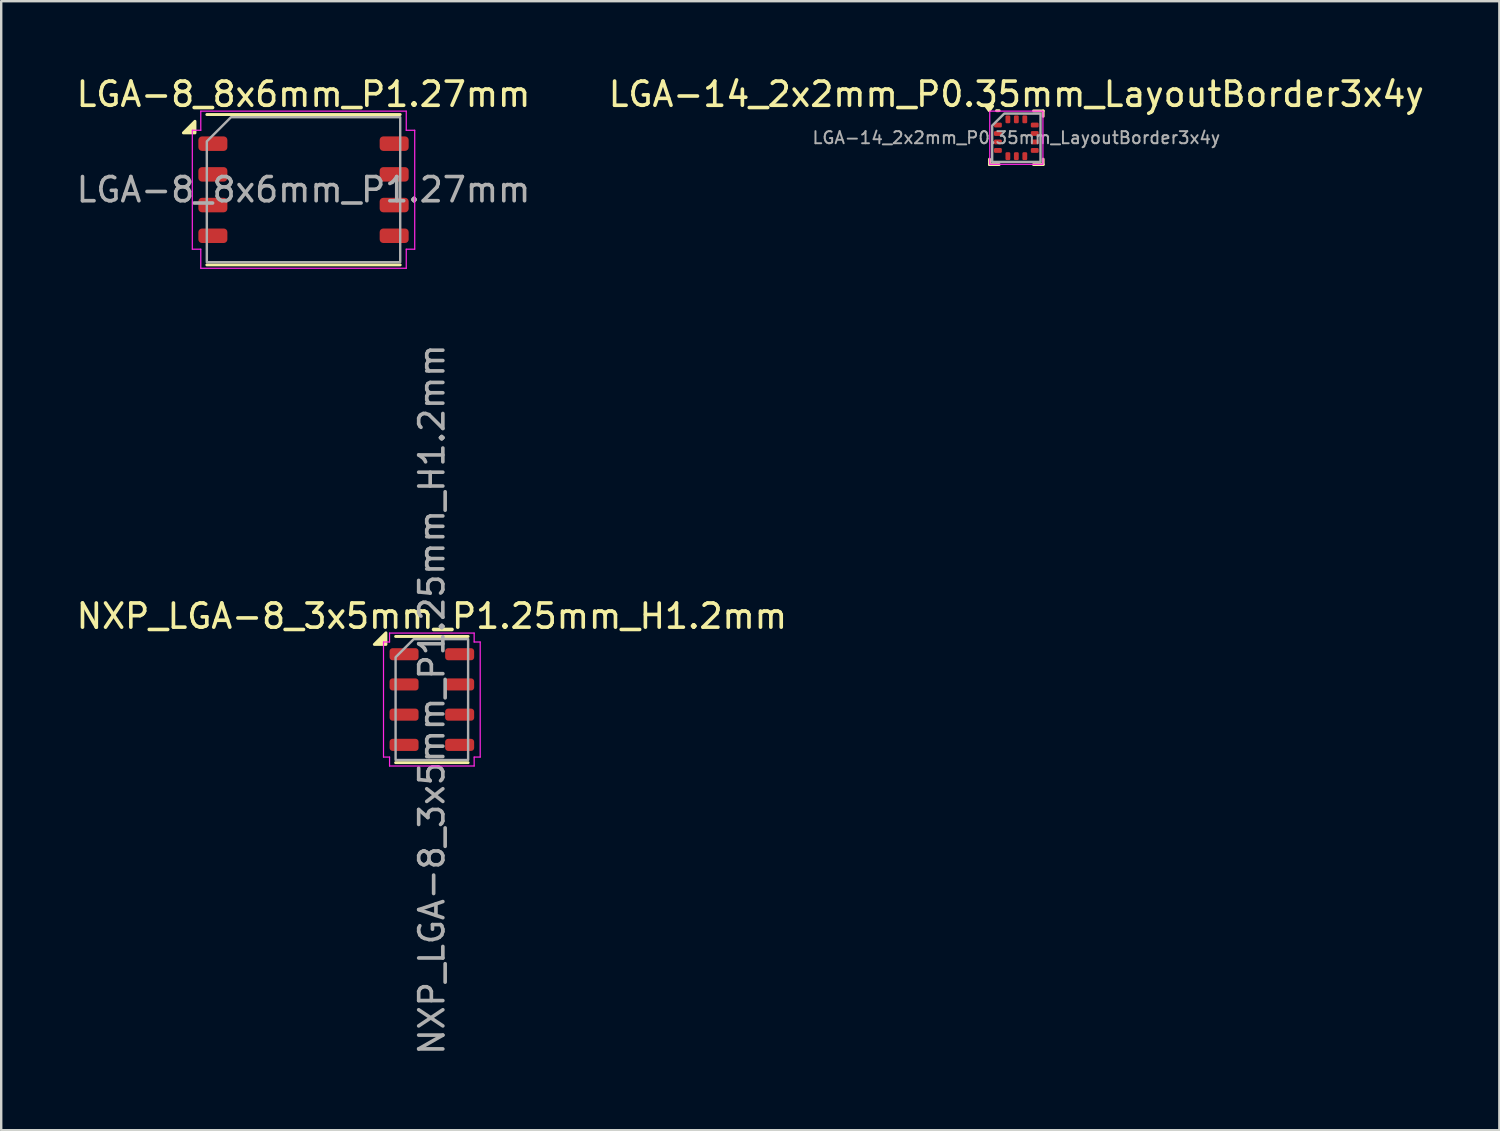
<source format=kicad_pcb>
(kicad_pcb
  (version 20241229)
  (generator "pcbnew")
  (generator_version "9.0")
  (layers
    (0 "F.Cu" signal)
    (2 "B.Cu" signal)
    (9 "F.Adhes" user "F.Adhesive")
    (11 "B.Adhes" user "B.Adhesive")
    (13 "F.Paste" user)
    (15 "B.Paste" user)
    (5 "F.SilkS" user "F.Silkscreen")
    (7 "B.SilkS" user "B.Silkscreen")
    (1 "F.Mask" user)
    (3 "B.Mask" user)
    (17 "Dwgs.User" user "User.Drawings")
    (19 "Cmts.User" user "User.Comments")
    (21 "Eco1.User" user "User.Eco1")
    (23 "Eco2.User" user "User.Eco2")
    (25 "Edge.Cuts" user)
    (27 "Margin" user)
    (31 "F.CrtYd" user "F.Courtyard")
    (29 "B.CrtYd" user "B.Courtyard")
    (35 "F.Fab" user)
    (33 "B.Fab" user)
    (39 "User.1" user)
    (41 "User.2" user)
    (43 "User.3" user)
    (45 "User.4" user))
  (footprint "NXP_LGA-8_3x5mm_P1.25mm_H1.2mm"
    (layer "F.Cu")
    (at 14.815 25.889)
    (property "Reference" "NXP_LGA-8_3x5mm_P1.25mm_H1.2mm" (at 0 -3.45 0) (layer "F.SilkS") (effects (font (size 1 1) (thickness 0.15))))
    (attr smd)
    (fp_line (start -1.5 -2.61) (end 1.5 -2.61) (stroke (width 0.12) (type solid)) (layer "F.SilkS"))
    (fp_line (start -1.5 2.61) (end 1.5 2.61) (stroke (width 0.12) (type solid)) (layer "F.SilkS"))
    (fp_poly (pts (xy -1.9 -2.28) (xy -2.38 -2.28) (xy -1.9 -2.76)) (stroke (width 0.12) (type solid)) (fill yes) (layer "F.SilkS"))
    (fp_line (start -2 -2.38) (end -1.75 -2.38) (stroke (width 0.05) (type solid)) (layer "F.CrtYd"))
    (fp_line (start -2 2.38) (end -2 -2.38) (stroke (width 0.05) (type solid)) (layer "F.CrtYd"))
    (fp_line (start -1.75 -2.75) (end 1.75 -2.75) (stroke (width 0.05) (type solid)) (layer "F.CrtYd"))
    (fp_line (start -1.75 -2.38) (end -1.75 -2.75) (stroke (width 0.05) (type solid)) (layer "F.CrtYd"))
    (fp_line (start -1.75 2.38) (end -2 2.38) (stroke (width 0.05) (type solid)) (layer "F.CrtYd"))
    (fp_line (start -1.75 2.75) (end -1.75 2.38) (stroke (width 0.05) (type solid)) (layer "F.CrtYd"))
    (fp_line (start 1.75 -2.75) (end 1.75 -2.38) (stroke (width 0.05) (type solid)) (layer "F.CrtYd"))
    (fp_line (start 1.75 -2.38) (end 2 -2.38) (stroke (width 0.05) (type solid)) (layer "F.CrtYd"))
    (fp_line (start 1.75 2.38) (end 1.75 2.75) (stroke (width 0.05) (type solid)) (layer "F.CrtYd"))
    (fp_line (start 1.75 2.75) (end -1.75 2.75) (stroke (width 0.05) (type solid)) (layer "F.CrtYd"))
    (fp_line (start 2 -2.38) (end 2 2.38) (stroke (width 0.05) (type solid)) (layer "F.CrtYd"))
    (fp_line (start 2 2.38) (end 1.75 2.38) (stroke (width 0.05) (type solid)) (layer "F.CrtYd"))
    (fp_poly (pts (xy -1.5 -1.75) (xy -1.5 2.5) (xy 1.5 2.5) (xy 1.5 -2.5) (xy -0.75 -2.5)) (stroke (width 0.1) (type solid)) (fill no) (layer "F.Fab"))
    (fp_text user "${REFERENCE}" (at 0 0 90) (layer "F.Fab") (effects (font (size 1 1) (thickness 0.15))))
    (pad "1" smd roundrect (at -1.15 -1.875) (size 1.2 0.5) (layers "F.Cu" "F.Mask" "F.Paste") (roundrect_rratio 0.25))
    (pad "2" smd roundrect (at -1.15 -0.625) (size 1.2 0.5) (layers "F.Cu" "F.Mask" "F.Paste") (roundrect_rratio 0.25))
    (pad "3" smd roundrect (at -1.15 0.625) (size 1.2 0.5) (layers "F.Cu" "F.Mask" "F.Paste") (roundrect_rratio 0.25))
    (pad "4" smd roundrect (at -1.15 1.875) (size 1.2 0.5) (layers "F.Cu" "F.Mask" "F.Paste") (roundrect_rratio 0.25))
    (pad "5" smd roundrect (at 1.15 1.875) (size 1.2 0.5) (layers "F.Cu" "F.Mask" "F.Paste") (roundrect_rratio 0.25))
    (pad "6" smd roundrect (at 1.15 0.625) (size 1.2 0.5) (layers "F.Cu" "F.Mask" "F.Paste") (roundrect_rratio 0.25))
    (pad "7" smd roundrect (at 1.15 -0.625) (size 1.2 0.5) (layers "F.Cu" "F.Mask" "F.Paste") (roundrect_rratio 0.25))
    (pad "8" smd roundrect (at 1.15 -1.875) (size 1.2 0.5) (layers "F.Cu" "F.Mask" "F.Paste") (roundrect_rratio 0.25)))
  (footprint "LGA-8_8x6mm_P1.27mm"
    (layer "F.Cu")
    (at 9.506 4.798)
    (property "Reference" "LGA-8_8x6mm_P1.27mm" (at 0 -3.95 0) (layer "F.SilkS") (effects (font (size 1 1) (thickness 0.15))))
    (attr smd)
    (fp_line (start -4 -3.11) (end 4 -3.11) (stroke (width 0.12) (type solid)) (layer "F.SilkS"))
    (fp_line (start -4 3.11) (end 4 3.11) (stroke (width 0.12) (type solid)) (layer "F.SilkS"))
    (fp_poly (pts (xy -4.49 -2.35) (xy -4.97 -2.35) (xy -4.49 -2.83)) (stroke (width 0.12) (type solid)) (fill yes) (layer "F.SilkS"))
    (fp_line (start -4.6 -2.46) (end -4.25 -2.46) (stroke (width 0.05) (type solid)) (layer "F.CrtYd"))
    (fp_line (start -4.6 2.46) (end -4.6 -2.46) (stroke (width 0.05) (type solid)) (layer "F.CrtYd"))
    (fp_line (start -4.25 -3.25) (end 4.25 -3.25) (stroke (width 0.05) (type solid)) (layer "F.CrtYd"))
    (fp_line (start -4.25 -2.46) (end -4.25 -3.25) (stroke (width 0.05) (type solid)) (layer "F.CrtYd"))
    (fp_line (start -4.25 2.46) (end -4.6 2.46) (stroke (width 0.05) (type solid)) (layer "F.CrtYd"))
    (fp_line (start -4.25 3.25) (end -4.25 2.46) (stroke (width 0.05) (type solid)) (layer "F.CrtYd"))
    (fp_line (start 4.25 -3.25) (end 4.25 -2.46) (stroke (width 0.05) (type solid)) (layer "F.CrtYd"))
    (fp_line (start 4.25 -2.46) (end 4.6 -2.46) (stroke (width 0.05) (type solid)) (layer "F.CrtYd"))
    (fp_line (start 4.25 2.46) (end 4.25 3.25) (stroke (width 0.05) (type solid)) (layer "F.CrtYd"))
    (fp_line (start 4.25 3.25) (end -4.25 3.25) (stroke (width 0.05) (type solid)) (layer "F.CrtYd"))
    (fp_line (start 4.6 -2.46) (end 4.6 2.46) (stroke (width 0.05) (type solid)) (layer "F.CrtYd"))
    (fp_line (start 4.6 2.46) (end 4.25 2.46) (stroke (width 0.05) (type solid)) (layer "F.CrtYd"))
    (fp_poly (pts (xy -4 -2) (xy -4 3) (xy 4 3) (xy 4 -3) (xy -3 -3)) (stroke (width 0.1) (type solid)) (fill no) (layer "F.Fab"))
    (fp_text user "${REFERENCE}" (at 0 0 0) (layer "F.Fab") (effects (font (size 1 1) (thickness 0.15))))
    (pad "1" smd roundrect (at -3.75 -1.905) (size 1.2 0.6) (layers "F.Cu" "F.Mask" "F.Paste") (roundrect_rratio 0.25))
    (pad "2" smd roundrect (at -3.75 -0.635) (size 1.2 0.6) (layers "F.Cu" "F.Mask" "F.Paste") (roundrect_rratio 0.25))
    (pad "3" smd roundrect (at -3.75 0.635) (size 1.2 0.6) (layers "F.Cu" "F.Mask" "F.Paste") (roundrect_rratio 0.25))
    (pad "4" smd roundrect (at -3.75 1.905) (size 1.2 0.6) (layers "F.Cu" "F.Mask" "F.Paste") (roundrect_rratio 0.25))
    (pad "5" smd roundrect (at 3.75 1.905) (size 1.2 0.6) (layers "F.Cu" "F.Mask" "F.Paste") (roundrect_rratio 0.25))
    (pad "6" smd roundrect (at 3.75 0.635) (size 1.2 0.6) (layers "F.Cu" "F.Mask" "F.Paste") (roundrect_rratio 0.25))
    (pad "7" smd roundrect (at 3.75 -0.635) (size 1.2 0.6) (layers "F.Cu" "F.Mask" "F.Paste") (roundrect_rratio 0.25))
    (pad "8" smd roundrect (at 3.75 -1.905) (size 1.2 0.6) (layers "F.Cu" "F.Mask" "F.Paste") (roundrect_rratio 0.25)))
  (footprint "LGA-14_2x2mm_P0.35mm_LayoutBorder3x4y"
    (layer "F.Cu")
    (at 38.994 2.648)
    (property "Reference" "LGA-14_2x2mm_P0.35mm_LayoutBorder3x4y" (at 0 -1.8 0) (layer "F.SilkS") (effects (font (size 1 1) (thickness 0.15))))
    (attr smd)
    (fp_line (start -1.11 1.11) (end -1.11 0.885) (stroke (width 0.12) (type solid)) (layer "F.SilkS"))
    (fp_line (start -0.71 -1.12) (end -0.82 -1.12) (stroke (width 0.12) (type solid)) (layer "F.SilkS"))
    (fp_line (start -0.71 1.11) (end -1.11 1.11) (stroke (width 0.12) (type solid)) (layer "F.SilkS"))
    (fp_line (start 0.71 -1.11) (end 1.11 -1.11) (stroke (width 0.12) (type solid)) (layer "F.SilkS"))
    (fp_line (start 0.71 1.11) (end 1.11 1.11) (stroke (width 0.12) (type solid)) (layer "F.SilkS"))
    (fp_line (start 1.11 -1.11) (end 1.11 -0.885) (stroke (width 0.12) (type solid)) (layer "F.SilkS"))
    (fp_line (start 1.11 1.11) (end 1.11 0.885) (stroke (width 0.12) (type solid)) (layer "F.SilkS"))
    (fp_poly (pts (xy -1.12 -1.12) (xy -1.26 -1.31) (xy -0.98 -1.31)) (stroke (width 0.12) (type solid)) (fill yes) (layer "F.SilkS"))
    (fp_rect (start 1.1 1.1) (end -1.1 -1.1) (stroke (width 0.05) (type solid)) (fill no) (layer "F.CrtYd"))
    (fp_poly (pts (xy -1 -0.5) (xy -1 1) (xy 1 1) (xy 1 -1) (xy -0.5 -1)) (stroke (width 0.1) (type solid)) (fill no) (layer "F.Fab"))
    (fp_text user "${REFERENCE}" (at 0 0 0) (layer "F.Fab") (effects (font (size 0.5 0.5) (thickness 0.08))))
    (pad "1" smd roundrect (at -0.762 -0.525) (size 0.325 0.2) (layers "F.Cu" "F.Mask" "F.Paste") (roundrect_rratio 0.25))
    (pad "2" smd roundrect (at -0.762 -0.175) (size 0.325 0.2) (layers "F.Cu" "F.Mask" "F.Paste") (roundrect_rratio 0.25))
    (pad "3" smd roundrect (at -0.762 0.175) (size 0.325 0.2) (layers "F.Cu" "F.Mask" "F.Paste") (roundrect_rratio 0.25))
    (pad "4" smd roundrect (at -0.762 0.525) (size 0.325 0.2) (layers "F.Cu" "F.Mask" "F.Paste") (roundrect_rratio 0.25))
    (pad "5" smd roundrect (at -0.35 0.762) (size 0.2 0.325) (layers "F.Cu" "F.Mask" "F.Paste") (roundrect_rratio 0.25))
    (pad "6" smd roundrect (at 0 0.762) (size 0.2 0.325) (layers "F.Cu" "F.Mask" "F.Paste") (roundrect_rratio 0.25))
    (pad "7" smd roundrect (at 0.35 0.762) (size 0.2 0.325) (layers "F.Cu" "F.Mask" "F.Paste") (roundrect_rratio 0.25))
    (pad "8" smd roundrect (at 0.762 0.525) (size 0.325 0.2) (layers "F.Cu" "F.Mask" "F.Paste") (roundrect_rratio 0.25))
    (pad "9" smd roundrect (at 0.762 0.175) (size 0.325 0.2) (layers "F.Cu" "F.Mask" "F.Paste") (roundrect_rratio 0.25))
    (pad "10" smd roundrect (at 0.762 -0.175) (size 0.325 0.2) (layers "F.Cu" "F.Mask" "F.Paste") (roundrect_rratio 0.25))
    (pad "11" smd roundrect (at 0.762 -0.525) (size 0.325 0.2) (layers "F.Cu" "F.Mask" "F.Paste") (roundrect_rratio 0.25))
    (pad "12" smd roundrect (at 0.35 -0.762) (size 0.2 0.325) (layers "F.Cu" "F.Mask" "F.Paste") (roundrect_rratio 0.25))
    (pad "13" smd roundrect (at 0 -0.762) (size 0.2 0.325) (layers "F.Cu" "F.Mask" "F.Paste") (roundrect_rratio 0.25))
    (pad "14" smd roundrect (at -0.35 -0.762) (size 0.2 0.325) (layers "F.Cu" "F.Mask" "F.Paste") (roundrect_rratio 0.25)))
  (gr_rect
    (start -3 -3)
    (end 58.976 43.704)
    (stroke (width 0.1) (type default))
    (fill no)
    (layer "Edge.Cuts")))
</source>
